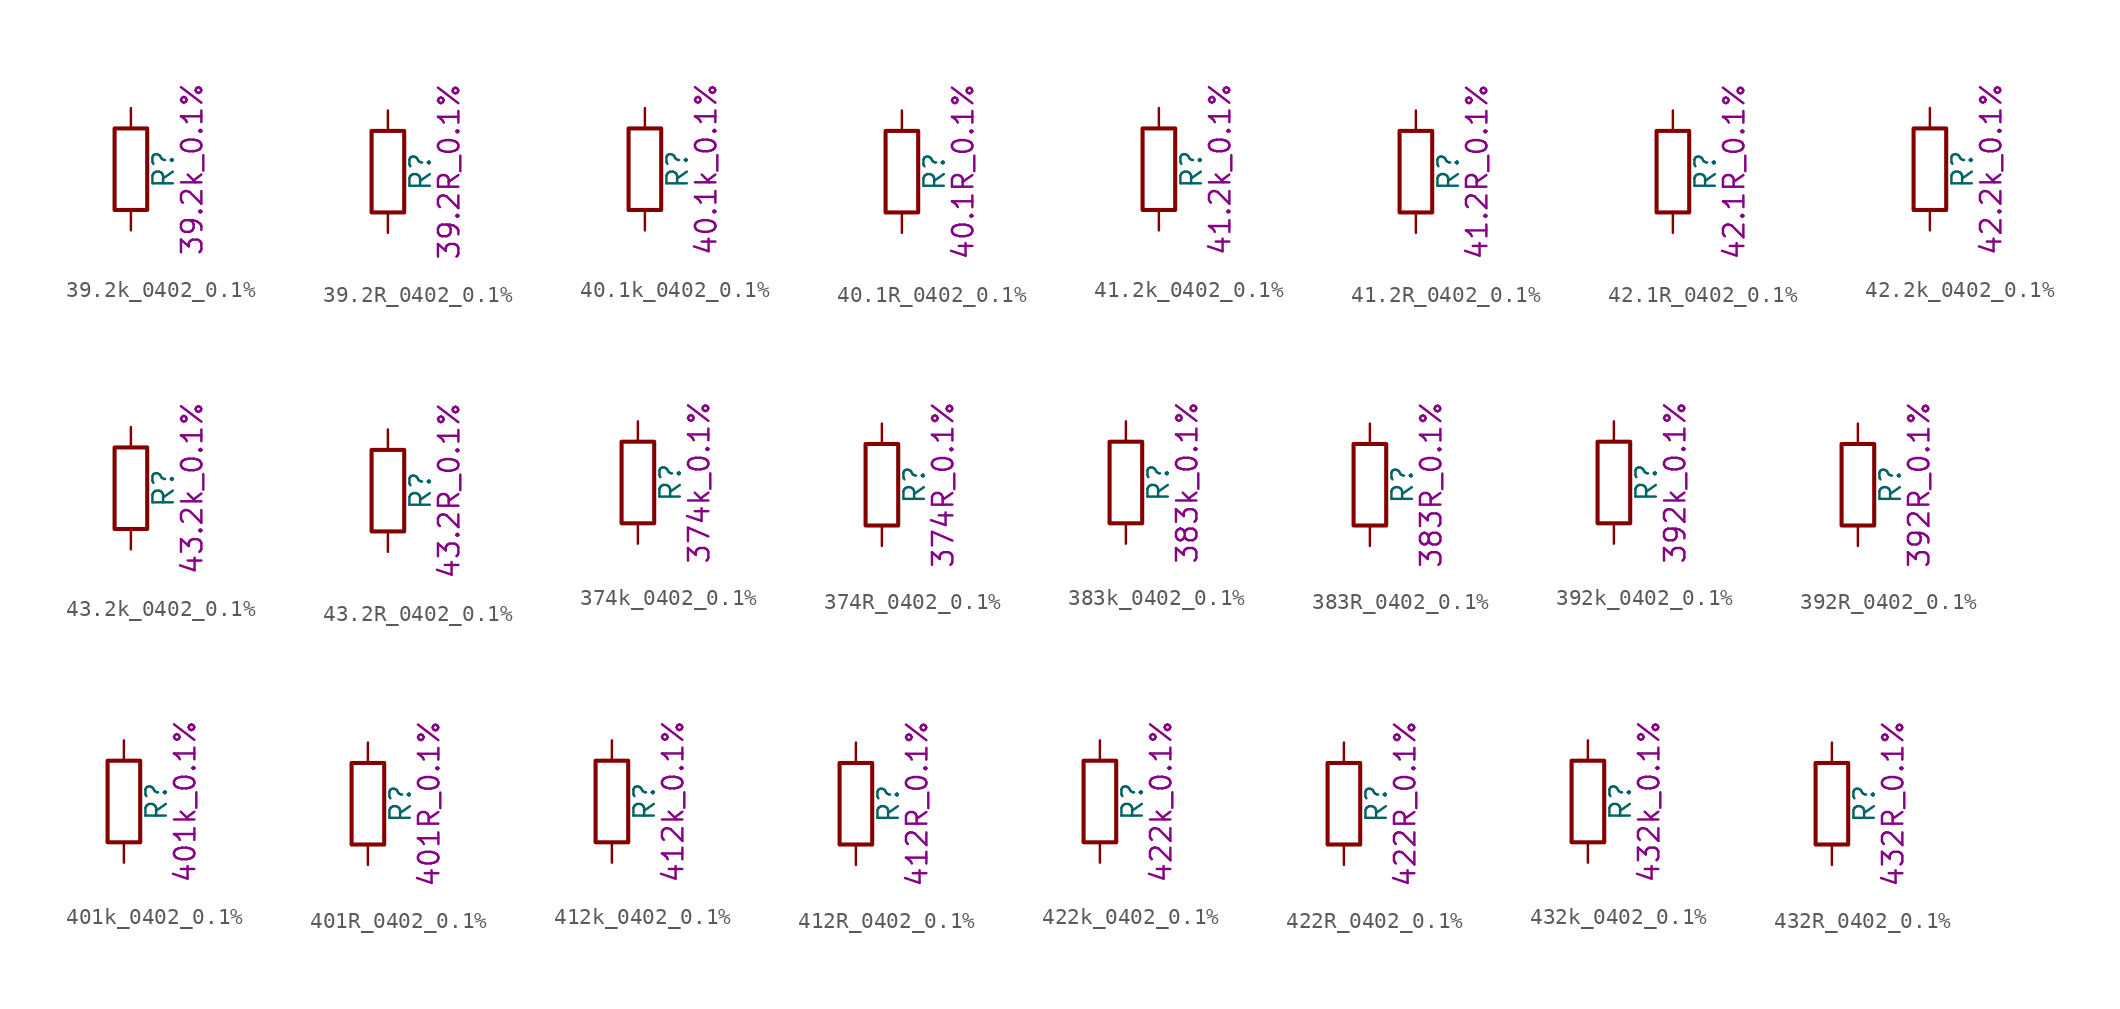
<source format=kicad_sym>
(kicad_symbol_lib
  (version 20211014)
  (generator kicad_symbol_editor)
  (symbol "39.2k_0402_0.1%"
    (pin_numbers hide)
    (pin_names
      (offset 0))
    (property "Reference" "R"
      (at 2.032 0 90)
      (effects (font (size 1.27 1.27))))
    (property "Display" "39.2k_0.1%"
      (at 3.81 0 90)
      (effects (font (size 1.27 1.27))))
    (symbol "39.2k_0402_0.1%_0_1"
      (rectangle (start -1.016 -2.54) (end 1.016 2.54) (stroke (width 0.254) (type default) (color 0 0 0 0)) (fill (type none))))
    (symbol "39.2k_0402_0.1%_1_1"
      (pin passive line (at 0 3.81 270) (length 1.27) (name "~" (effects (font (size 1.27 1.27)))) (number "1" (effects (font (size 1.27 1.27)))))
      (pin passive line (at 0 -3.81 90) (length 1.27) (name "~" (effects (font (size 1.27 1.27)))) (number "2" (effects (font (size 1.27 1.27)))))))
  (symbol "39.2R_0402_0.1%"
    (pin_numbers hide)
    (pin_names
      (offset 0))
    (property "Reference" "R"
      (at 2.032 0 90)
      (effects (font (size 1.27 1.27))))
    (property "Display" "39.2R_0.1%"
      (at 3.81 0 90)
      (effects (font (size 1.27 1.27))))
    (symbol "39.2R_0402_0.1%_0_1"
      (rectangle (start -1.016 -2.54) (end 1.016 2.54) (stroke (width 0.254) (type default) (color 0 0 0 0)) (fill (type none))))
    (symbol "39.2R_0402_0.1%_1_1"
      (pin passive line (at 0 3.81 270) (length 1.27) (name "~" (effects (font (size 1.27 1.27)))) (number "1" (effects (font (size 1.27 1.27)))))
      (pin passive line (at 0 -3.81 90) (length 1.27) (name "~" (effects (font (size 1.27 1.27)))) (number "2" (effects (font (size 1.27 1.27)))))))
  (symbol "40.1k_0402_0.1%"
    (pin_numbers hide)
    (pin_names
      (offset 0))
    (property "Reference" "R"
      (at 2.032 0 90)
      (effects (font (size 1.27 1.27))))
    (property "Display" "40.1k_0.1%"
      (at 3.81 0 90)
      (effects (font (size 1.27 1.27))))
    (symbol "40.1k_0402_0.1%_0_1"
      (rectangle (start -1.016 -2.54) (end 1.016 2.54) (stroke (width 0.254) (type default) (color 0 0 0 0)) (fill (type none))))
    (symbol "40.1k_0402_0.1%_1_1"
      (pin passive line (at 0 3.81 270) (length 1.27) (name "~" (effects (font (size 1.27 1.27)))) (number "1" (effects (font (size 1.27 1.27)))))
      (pin passive line (at 0 -3.81 90) (length 1.27) (name "~" (effects (font (size 1.27 1.27)))) (number "2" (effects (font (size 1.27 1.27)))))))
  (symbol "40.1R_0402_0.1%"
    (pin_numbers hide)
    (pin_names
      (offset 0))
    (property "Reference" "R"
      (at 2.032 0 90)
      (effects (font (size 1.27 1.27))))
    (property "Display" "40.1R_0.1%"
      (at 3.81 0 90)
      (effects (font (size 1.27 1.27))))
    (symbol "40.1R_0402_0.1%_0_1"
      (rectangle (start -1.016 -2.54) (end 1.016 2.54) (stroke (width 0.254) (type default) (color 0 0 0 0)) (fill (type none))))
    (symbol "40.1R_0402_0.1%_1_1"
      (pin passive line (at 0 3.81 270) (length 1.27) (name "~" (effects (font (size 1.27 1.27)))) (number "1" (effects (font (size 1.27 1.27)))))
      (pin passive line (at 0 -3.81 90) (length 1.27) (name "~" (effects (font (size 1.27 1.27)))) (number "2" (effects (font (size 1.27 1.27)))))))
  (symbol "41.2k_0402_0.1%"
    (pin_numbers hide)
    (pin_names
      (offset 0))
    (property "Reference" "R"
      (at 2.032 0 90)
      (effects (font (size 1.27 1.27))))
    (property "Display" "41.2k_0.1%"
      (at 3.81 0 90)
      (effects (font (size 1.27 1.27))))
    (symbol "41.2k_0402_0.1%_0_1"
      (rectangle (start -1.016 -2.54) (end 1.016 2.54) (stroke (width 0.254) (type default) (color 0 0 0 0)) (fill (type none))))
    (symbol "41.2k_0402_0.1%_1_1"
      (pin passive line (at 0 3.81 270) (length 1.27) (name "~" (effects (font (size 1.27 1.27)))) (number "1" (effects (font (size 1.27 1.27)))))
      (pin passive line (at 0 -3.81 90) (length 1.27) (name "~" (effects (font (size 1.27 1.27)))) (number "2" (effects (font (size 1.27 1.27)))))))
  (symbol "41.2R_0402_0.1%"
    (pin_numbers hide)
    (pin_names
      (offset 0))
    (property "Reference" "R"
      (at 2.032 0 90)
      (effects (font (size 1.27 1.27))))
    (property "Display" "41.2R_0.1%"
      (at 3.81 0 90)
      (effects (font (size 1.27 1.27))))
    (symbol "41.2R_0402_0.1%_0_1"
      (rectangle (start -1.016 -2.54) (end 1.016 2.54) (stroke (width 0.254) (type default) (color 0 0 0 0)) (fill (type none))))
    (symbol "41.2R_0402_0.1%_1_1"
      (pin passive line (at 0 3.81 270) (length 1.27) (name "~" (effects (font (size 1.27 1.27)))) (number "1" (effects (font (size 1.27 1.27)))))
      (pin passive line (at 0 -3.81 90) (length 1.27) (name "~" (effects (font (size 1.27 1.27)))) (number "2" (effects (font (size 1.27 1.27)))))))
  (symbol "42.1R_0402_0.1%"
    (pin_numbers hide)
    (pin_names
      (offset 0))
    (property "Reference" "R"
      (at 2.032 0 90)
      (effects (font (size 1.27 1.27))))
    (property "Display" "42.1R_0.1%"
      (at 3.81 0 90)
      (effects (font (size 1.27 1.27))))
    (symbol "42.1R_0402_0.1%_0_1"
      (rectangle (start -1.016 -2.54) (end 1.016 2.54) (stroke (width 0.254) (type default) (color 0 0 0 0)) (fill (type none))))
    (symbol "42.1R_0402_0.1%_1_1"
      (pin passive line (at 0 3.81 270) (length 1.27) (name "~" (effects (font (size 1.27 1.27)))) (number "1" (effects (font (size 1.27 1.27)))))
      (pin passive line (at 0 -3.81 90) (length 1.27) (name "~" (effects (font (size 1.27 1.27)))) (number "2" (effects (font (size 1.27 1.27)))))))
  (symbol "42.2k_0402_0.1%"
    (pin_numbers hide)
    (pin_names
      (offset 0))
    (property "Reference" "R"
      (at 2.032 0 90)
      (effects (font (size 1.27 1.27))))
    (property "Display" "42.2k_0.1%"
      (at 3.81 0 90)
      (effects (font (size 1.27 1.27))))
    (symbol "42.2k_0402_0.1%_0_1"
      (rectangle (start -1.016 -2.54) (end 1.016 2.54) (stroke (width 0.254) (type default) (color 0 0 0 0)) (fill (type none))))
    (symbol "42.2k_0402_0.1%_1_1"
      (pin passive line (at 0 3.81 270) (length 1.27) (name "~" (effects (font (size 1.27 1.27)))) (number "1" (effects (font (size 1.27 1.27)))))
      (pin passive line (at 0 -3.81 90) (length 1.27) (name "~" (effects (font (size 1.27 1.27)))) (number "2" (effects (font (size 1.27 1.27)))))))
  (symbol "43.2k_0402_0.1%"
    (pin_numbers hide)
    (pin_names
      (offset 0))
    (property "Reference" "R"
      (at 2.032 0 90)
      (effects (font (size 1.27 1.27))))
    (property "Display" "43.2k_0.1%"
      (at 3.81 0 90)
      (effects (font (size 1.27 1.27))))
    (symbol "43.2k_0402_0.1%_0_1"
      (rectangle (start -1.016 -2.54) (end 1.016 2.54) (stroke (width 0.254) (type default) (color 0 0 0 0)) (fill (type none))))
    (symbol "43.2k_0402_0.1%_1_1"
      (pin passive line (at 0 3.81 270) (length 1.27) (name "~" (effects (font (size 1.27 1.27)))) (number "1" (effects (font (size 1.27 1.27)))))
      (pin passive line (at 0 -3.81 90) (length 1.27) (name "~" (effects (font (size 1.27 1.27)))) (number "2" (effects (font (size 1.27 1.27)))))))
  (symbol "43.2R_0402_0.1%"
    (pin_numbers hide)
    (pin_names
      (offset 0))
    (property "Reference" "R"
      (at 2.032 0 90)
      (effects (font (size 1.27 1.27))))
    (property "Display" "43.2R_0.1%"
      (at 3.81 0 90)
      (effects (font (size 1.27 1.27))))
    (symbol "43.2R_0402_0.1%_0_1"
      (rectangle (start -1.016 -2.54) (end 1.016 2.54) (stroke (width 0.254) (type default) (color 0 0 0 0)) (fill (type none))))
    (symbol "43.2R_0402_0.1%_1_1"
      (pin passive line (at 0 3.81 270) (length 1.27) (name "~" (effects (font (size 1.27 1.27)))) (number "1" (effects (font (size 1.27 1.27)))))
      (pin passive line (at 0 -3.81 90) (length 1.27) (name "~" (effects (font (size 1.27 1.27)))) (number "2" (effects (font (size 1.27 1.27)))))))
  (symbol "374k_0402_0.1%"
    (pin_numbers hide)
    (pin_names
      (offset 0))
    (property "Reference" "R"
      (at 2.032 0 90)
      (effects (font (size 1.27 1.27))))
    (property "Display" "374k_0.1%"
      (at 3.81 0 90)
      (effects (font (size 1.27 1.27))))
    (symbol "374k_0402_0.1%_0_1"
      (rectangle (start -1.016 -2.54) (end 1.016 2.54) (stroke (width 0.254) (type default) (color 0 0 0 0)) (fill (type none))))
    (symbol "374k_0402_0.1%_1_1"
      (pin passive line (at 0 3.81 270) (length 1.27) (name "~" (effects (font (size 1.27 1.27)))) (number "1" (effects (font (size 1.27 1.27)))))
      (pin passive line (at 0 -3.81 90) (length 1.27) (name "~" (effects (font (size 1.27 1.27)))) (number "2" (effects (font (size 1.27 1.27)))))))
  (symbol "374R_0402_0.1%"
    (pin_numbers hide)
    (pin_names
      (offset 0))
    (property "Reference" "R"
      (at 2.032 0 90)
      (effects (font (size 1.27 1.27))))
    (property "Display" "374R_0.1%"
      (at 3.81 0 90)
      (effects (font (size 1.27 1.27))))
    (symbol "374R_0402_0.1%_0_1"
      (rectangle (start -1.016 -2.54) (end 1.016 2.54) (stroke (width 0.254) (type default) (color 0 0 0 0)) (fill (type none))))
    (symbol "374R_0402_0.1%_1_1"
      (pin passive line (at 0 3.81 270) (length 1.27) (name "~" (effects (font (size 1.27 1.27)))) (number "1" (effects (font (size 1.27 1.27)))))
      (pin passive line (at 0 -3.81 90) (length 1.27) (name "~" (effects (font (size 1.27 1.27)))) (number "2" (effects (font (size 1.27 1.27)))))))
  (symbol "383k_0402_0.1%"
    (pin_numbers hide)
    (pin_names
      (offset 0))
    (property "Reference" "R"
      (at 2.032 0 90)
      (effects (font (size 1.27 1.27))))
    (property "Display" "383k_0.1%"
      (at 3.81 0 90)
      (effects (font (size 1.27 1.27))))
    (symbol "383k_0402_0.1%_0_1"
      (rectangle (start -1.016 -2.54) (end 1.016 2.54) (stroke (width 0.254) (type default) (color 0 0 0 0)) (fill (type none))))
    (symbol "383k_0402_0.1%_1_1"
      (pin passive line (at 0 3.81 270) (length 1.27) (name "~" (effects (font (size 1.27 1.27)))) (number "1" (effects (font (size 1.27 1.27)))))
      (pin passive line (at 0 -3.81 90) (length 1.27) (name "~" (effects (font (size 1.27 1.27)))) (number "2" (effects (font (size 1.27 1.27)))))))
  (symbol "383R_0402_0.1%"
    (pin_numbers hide)
    (pin_names
      (offset 0))
    (property "Reference" "R"
      (at 2.032 0 90)
      (effects (font (size 1.27 1.27))))
    (property "Display" "383R_0.1%"
      (at 3.81 0 90)
      (effects (font (size 1.27 1.27))))
    (symbol "383R_0402_0.1%_0_1"
      (rectangle (start -1.016 -2.54) (end 1.016 2.54) (stroke (width 0.254) (type default) (color 0 0 0 0)) (fill (type none))))
    (symbol "383R_0402_0.1%_1_1"
      (pin passive line (at 0 3.81 270) (length 1.27) (name "~" (effects (font (size 1.27 1.27)))) (number "1" (effects (font (size 1.27 1.27)))))
      (pin passive line (at 0 -3.81 90) (length 1.27) (name "~" (effects (font (size 1.27 1.27)))) (number "2" (effects (font (size 1.27 1.27)))))))
  (symbol "392k_0402_0.1%"
    (pin_numbers hide)
    (pin_names
      (offset 0))
    (property "Reference" "R"
      (at 2.032 0 90)
      (effects (font (size 1.27 1.27))))
    (property "Display" "392k_0.1%"
      (at 3.81 0 90)
      (effects (font (size 1.27 1.27))))
    (symbol "392k_0402_0.1%_0_1"
      (rectangle (start -1.016 -2.54) (end 1.016 2.54) (stroke (width 0.254) (type default) (color 0 0 0 0)) (fill (type none))))
    (symbol "392k_0402_0.1%_1_1"
      (pin passive line (at 0 3.81 270) (length 1.27) (name "~" (effects (font (size 1.27 1.27)))) (number "1" (effects (font (size 1.27 1.27)))))
      (pin passive line (at 0 -3.81 90) (length 1.27) (name "~" (effects (font (size 1.27 1.27)))) (number "2" (effects (font (size 1.27 1.27)))))))
  (symbol "392R_0402_0.1%"
    (pin_numbers hide)
    (pin_names
      (offset 0))
    (property "Reference" "R"
      (at 2.032 0 90)
      (effects (font (size 1.27 1.27))))
    (property "Display" "392R_0.1%"
      (at 3.81 0 90)
      (effects (font (size 1.27 1.27))))
    (symbol "392R_0402_0.1%_0_1"
      (rectangle (start -1.016 -2.54) (end 1.016 2.54) (stroke (width 0.254) (type default) (color 0 0 0 0)) (fill (type none))))
    (symbol "392R_0402_0.1%_1_1"
      (pin passive line (at 0 3.81 270) (length 1.27) (name "~" (effects (font (size 1.27 1.27)))) (number "1" (effects (font (size 1.27 1.27)))))
      (pin passive line (at 0 -3.81 90) (length 1.27) (name "~" (effects (font (size 1.27 1.27)))) (number "2" (effects (font (size 1.27 1.27)))))))
  (symbol "401k_0402_0.1%"
    (pin_numbers hide)
    (pin_names
      (offset 0))
    (property "Reference" "R"
      (at 2.032 0 90)
      (effects (font (size 1.27 1.27))))
    (property "Display" "401k_0.1%"
      (at 3.81 0 90)
      (effects (font (size 1.27 1.27))))
    (symbol "401k_0402_0.1%_0_1"
      (rectangle (start -1.016 -2.54) (end 1.016 2.54) (stroke (width 0.254) (type default) (color 0 0 0 0)) (fill (type none))))
    (symbol "401k_0402_0.1%_1_1"
      (pin passive line (at 0 3.81 270) (length 1.27) (name "~" (effects (font (size 1.27 1.27)))) (number "1" (effects (font (size 1.27 1.27)))))
      (pin passive line (at 0 -3.81 90) (length 1.27) (name "~" (effects (font (size 1.27 1.27)))) (number "2" (effects (font (size 1.27 1.27)))))))
  (symbol "401R_0402_0.1%"
    (pin_numbers hide)
    (pin_names
      (offset 0))
    (property "Reference" "R"
      (at 2.032 0 90)
      (effects (font (size 1.27 1.27))))
    (property "Display" "401R_0.1%"
      (at 3.81 0 90)
      (effects (font (size 1.27 1.27))))
    (symbol "401R_0402_0.1%_0_1"
      (rectangle (start -1.016 -2.54) (end 1.016 2.54) (stroke (width 0.254) (type default) (color 0 0 0 0)) (fill (type none))))
    (symbol "401R_0402_0.1%_1_1"
      (pin passive line (at 0 3.81 270) (length 1.27) (name "~" (effects (font (size 1.27 1.27)))) (number "1" (effects (font (size 1.27 1.27)))))
      (pin passive line (at 0 -3.81 90) (length 1.27) (name "~" (effects (font (size 1.27 1.27)))) (number "2" (effects (font (size 1.27 1.27)))))))
  (symbol "412k_0402_0.1%"
    (pin_numbers hide)
    (pin_names
      (offset 0))
    (property "Reference" "R"
      (at 2.032 0 90)
      (effects (font (size 1.27 1.27))))
    (property "Display" "412k_0.1%"
      (at 3.81 0 90)
      (effects (font (size 1.27 1.27))))
    (symbol "412k_0402_0.1%_0_1"
      (rectangle (start -1.016 -2.54) (end 1.016 2.54) (stroke (width 0.254) (type default) (color 0 0 0 0)) (fill (type none))))
    (symbol "412k_0402_0.1%_1_1"
      (pin passive line (at 0 3.81 270) (length 1.27) (name "~" (effects (font (size 1.27 1.27)))) (number "1" (effects (font (size 1.27 1.27)))))
      (pin passive line (at 0 -3.81 90) (length 1.27) (name "~" (effects (font (size 1.27 1.27)))) (number "2" (effects (font (size 1.27 1.27)))))))
  (symbol "412R_0402_0.1%"
    (pin_numbers hide)
    (pin_names
      (offset 0))
    (property "Reference" "R"
      (at 2.032 0 90)
      (effects (font (size 1.27 1.27))))
    (property "Display" "412R_0.1%"
      (at 3.81 0 90)
      (effects (font (size 1.27 1.27))))
    (symbol "412R_0402_0.1%_0_1"
      (rectangle (start -1.016 -2.54) (end 1.016 2.54) (stroke (width 0.254) (type default) (color 0 0 0 0)) (fill (type none))))
    (symbol "412R_0402_0.1%_1_1"
      (pin passive line (at 0 3.81 270) (length 1.27) (name "~" (effects (font (size 1.27 1.27)))) (number "1" (effects (font (size 1.27 1.27)))))
      (pin passive line (at 0 -3.81 90) (length 1.27) (name "~" (effects (font (size 1.27 1.27)))) (number "2" (effects (font (size 1.27 1.27)))))))
  (symbol "422k_0402_0.1%"
    (pin_numbers hide)
    (pin_names
      (offset 0))
    (property "Reference" "R"
      (at 2.032 0 90)
      (effects (font (size 1.27 1.27))))
    (property "Display" "422k_0.1%"
      (at 3.81 0 90)
      (effects (font (size 1.27 1.27))))
    (symbol "422k_0402_0.1%_0_1"
      (rectangle (start -1.016 -2.54) (end 1.016 2.54) (stroke (width 0.254) (type default) (color 0 0 0 0)) (fill (type none))))
    (symbol "422k_0402_0.1%_1_1"
      (pin passive line (at 0 3.81 270) (length 1.27) (name "~" (effects (font (size 1.27 1.27)))) (number "1" (effects (font (size 1.27 1.27)))))
      (pin passive line (at 0 -3.81 90) (length 1.27) (name "~" (effects (font (size 1.27 1.27)))) (number "2" (effects (font (size 1.27 1.27)))))))
  (symbol "422R_0402_0.1%"
    (pin_numbers hide)
    (pin_names
      (offset 0))
    (property "Reference" "R"
      (at 2.032 0 90)
      (effects (font (size 1.27 1.27))))
    (property "Display" "422R_0.1%"
      (at 3.81 0 90)
      (effects (font (size 1.27 1.27))))
    (symbol "422R_0402_0.1%_0_1"
      (rectangle (start -1.016 -2.54) (end 1.016 2.54) (stroke (width 0.254) (type default) (color 0 0 0 0)) (fill (type none))))
    (symbol "422R_0402_0.1%_1_1"
      (pin passive line (at 0 3.81 270) (length 1.27) (name "~" (effects (font (size 1.27 1.27)))) (number "1" (effects (font (size 1.27 1.27)))))
      (pin passive line (at 0 -3.81 90) (length 1.27) (name "~" (effects (font (size 1.27 1.27)))) (number "2" (effects (font (size 1.27 1.27)))))))
  (symbol "432k_0402_0.1%"
    (pin_numbers hide)
    (pin_names
      (offset 0))
    (property "Reference" "R"
      (at 2.032 0 90)
      (effects (font (size 1.27 1.27))))
    (property "Display" "432k_0.1%"
      (at 3.81 0 90)
      (effects (font (size 1.27 1.27))))
    (symbol "432k_0402_0.1%_0_1"
      (rectangle (start -1.016 -2.54) (end 1.016 2.54) (stroke (width 0.254) (type default) (color 0 0 0 0)) (fill (type none))))
    (symbol "432k_0402_0.1%_1_1"
      (pin passive line (at 0 3.81 270) (length 1.27) (name "~" (effects (font (size 1.27 1.27)))) (number "1" (effects (font (size 1.27 1.27)))))
      (pin passive line (at 0 -3.81 90) (length 1.27) (name "~" (effects (font (size 1.27 1.27)))) (number "2" (effects (font (size 1.27 1.27)))))))
  (symbol "432R_0402_0.1%"
    (pin_numbers hide)
    (pin_names
      (offset 0))
    (property "Reference" "R"
      (at 2.032 0 90)
      (effects (font (size 1.27 1.27))))
    (property "Display" "432R_0.1%"
      (at 3.81 0 90)
      (effects (font (size 1.27 1.27))))
    (symbol "432R_0402_0.1%_0_1"
      (rectangle (start -1.016 -2.54) (end 1.016 2.54) (stroke (width 0.254) (type default) (color 0 0 0 0)) (fill (type none))))
    (symbol "432R_0402_0.1%_1_1"
      (pin passive line (at 0 3.81 270) (length 1.27) (name "~" (effects (font (size 1.27 1.27)))) (number "1" (effects (font (size 1.27 1.27)))))
      (pin passive line (at 0 -3.81 90) (length 1.27) (name "~" (effects (font (size 1.27 1.27)))) (number "2" (effects (font (size 1.27 1.27))))))))
</source>
